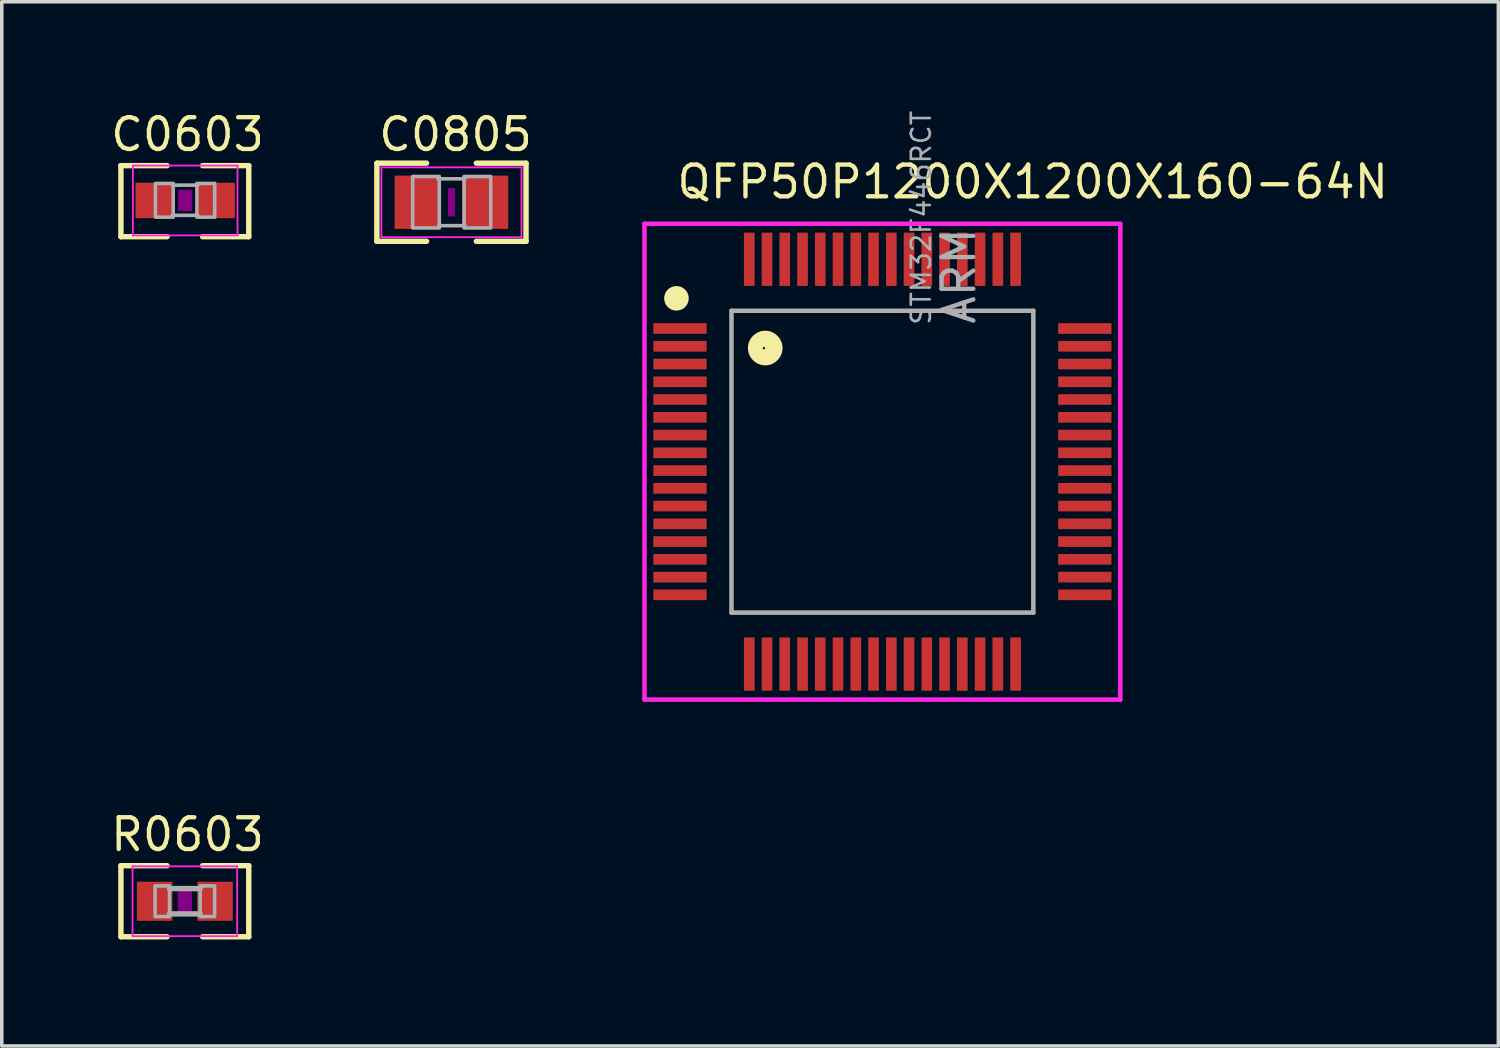
<source format=kicad_pcb>
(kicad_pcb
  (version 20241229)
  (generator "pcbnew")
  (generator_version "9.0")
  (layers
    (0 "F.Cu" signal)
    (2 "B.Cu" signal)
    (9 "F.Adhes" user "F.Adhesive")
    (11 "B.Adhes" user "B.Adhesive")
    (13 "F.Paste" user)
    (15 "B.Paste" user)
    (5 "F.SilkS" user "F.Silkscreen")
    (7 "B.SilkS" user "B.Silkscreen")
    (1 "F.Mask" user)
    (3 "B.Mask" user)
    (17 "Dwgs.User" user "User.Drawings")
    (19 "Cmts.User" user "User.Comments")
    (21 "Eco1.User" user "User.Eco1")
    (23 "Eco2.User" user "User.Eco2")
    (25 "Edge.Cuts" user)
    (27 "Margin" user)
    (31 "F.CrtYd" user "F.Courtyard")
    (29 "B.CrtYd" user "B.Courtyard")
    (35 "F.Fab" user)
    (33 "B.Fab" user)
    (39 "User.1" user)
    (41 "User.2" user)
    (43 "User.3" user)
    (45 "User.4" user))
  (footprint "C0805"
    (layer "F.Cu")
    (at 9.663 2.645)
    (property "Reference" "C0805" (at -2.115 -1.385 0) (layer "F.SilkS") (effects (font (size 0.894 0.894) (thickness 0.122)) (justify left bottom)))
    (fp_line (start -2.1 -1.1) (end -2.1 1.1) (stroke (width 0.152) (type solid)) (layer "F.SilkS"))
    (fp_line (start -2.1 1.1) (end -0.7 1.1) (stroke (width 0.152) (type solid)) (layer "F.SilkS"))
    (fp_line (start -0.7 -1.1) (end -2.1 -1.1) (stroke (width 0.152) (type solid)) (layer "F.SilkS"))
    (fp_line (start 0.7 1.1) (end 2.1 1.1) (stroke (width 0.152) (type solid)) (layer "F.SilkS"))
    (fp_line (start 2.1 -1.1) (end 0.7 -1.1) (stroke (width 0.152) (type solid)) (layer "F.SilkS"))
    (fp_line (start 2.1 1.1) (end 2.1 -1.1) (stroke (width 0.152) (type solid)) (layer "F.SilkS"))
    (fp_poly (pts (xy -0.1 0.4) (xy 0.1 0.4) (xy 0.1 -0.4) (xy -0.1 -0.4)) (stroke (width 0) (type default)) (fill yes) (layer "F.Adhes"))
    (fp_line (start -1.973 -0.983) (end 1.973 -0.983) (stroke (width 0.051) (type solid)) (layer "F.CrtYd"))
    (fp_line (start -1.973 0.983) (end -1.973 -0.983) (stroke (width 0.051) (type solid)) (layer "F.CrtYd"))
    (fp_line (start 1.973 -0.983) (end 1.973 0.983) (stroke (width 0.051) (type solid)) (layer "F.CrtYd"))
    (fp_line (start 1.973 0.983) (end -1.973 0.983) (stroke (width 0.051) (type solid)) (layer "F.CrtYd"))
    (fp_line (start -0.381 -0.66) (end 0.381 -0.66) (stroke (width 0.102) (type solid)) (layer "F.Fab"))
    (fp_line (start -0.356 0.66) (end 0.381 0.66) (stroke (width 0.102) (type solid)) (layer "F.Fab"))
    (fp_poly (pts (xy -1.092 0.724) (xy -0.342 0.724) (xy -0.342 -0.726) (xy -1.092 -0.726)) (stroke (width 0.1) (type default)) (fill no) (layer "F.Fab"))
    (fp_poly (pts (xy 0.356 0.724) (xy 1.106 0.724) (xy 1.106 -0.726) (xy 0.356 -0.726)) (stroke (width 0.1) (type default)) (fill no) (layer "F.Fab"))
    (pad "1" smd rect (at -0.95 0) (size 1.3 1.5) (layers "F.Cu" "F.Mask" "F.Paste"))
    (pad "2" smd rect (at 0.95 0) (size 1.3 1.5) (layers "F.Cu" "F.Mask" "F.Paste")))
  (footprint "C0603"
    (layer "F.Cu")
    (at 2.165 2.595)
    (property "Reference" "C0603" (at -2.165 -1.335 0) (layer "F.SilkS") (effects (font (size 0.894 0.894) (thickness 0.122)) (justify left bottom)))
    (fp_line (start -1.81 -0.98) (end -1.81 1.02) (stroke (width 0.152) (type solid)) (layer "F.SilkS"))
    (fp_line (start -1.81 -0.98) (end -0.51 -0.98) (stroke (width 0.152) (type solid)) (layer "F.SilkS"))
    (fp_line (start -1.81 1.02) (end -0.51 1.02) (stroke (width 0.152) (type solid)) (layer "F.SilkS"))
    (fp_line (start 1.79 -0.98) (end 0.49 -0.98) (stroke (width 0.152) (type solid)) (layer "F.SilkS"))
    (fp_line (start 1.79 1.02) (end 0.49 1.02) (stroke (width 0.152) (type solid)) (layer "F.SilkS"))
    (fp_line (start 1.79 1.02) (end 1.79 -0.98) (stroke (width 0.152) (type solid)) (layer "F.SilkS"))
    (fp_poly (pts (xy -0.2 0.3) (xy 0.2 0.3) (xy 0.2 -0.3) (xy -0.2 -0.3)) (stroke (width 0) (type default)) (fill yes) (layer "F.Adhes"))
    (fp_line (start -1.473 -0.983) (end 1.473 -0.983) (stroke (width 0.051) (type solid)) (layer "F.CrtYd"))
    (fp_line (start -1.473 0.983) (end -1.473 -0.983) (stroke (width 0.051) (type solid)) (layer "F.CrtYd"))
    (fp_line (start 1.473 -0.983) (end 1.473 0.983) (stroke (width 0.051) (type solid)) (layer "F.CrtYd"))
    (fp_line (start 1.473 0.983) (end -1.473 0.983) (stroke (width 0.051) (type solid)) (layer "F.CrtYd"))
    (fp_line (start -0.356 -0.432) (end 0.356 -0.432) (stroke (width 0.102) (type solid)) (layer "F.Fab"))
    (fp_line (start -0.356 0.419) (end 0.356 0.419) (stroke (width 0.102) (type solid)) (layer "F.Fab"))
    (fp_poly (pts (xy -0.838 0.47) (xy -0.338 0.47) (xy -0.338 -0.48) (xy -0.838 -0.48)) (stroke (width 0.1) (type default)) (fill no) (layer "F.Fab"))
    (fp_poly (pts (xy 0.33 0.47) (xy 0.83 0.47) (xy 0.83 -0.48) (xy 0.33 -0.48)) (stroke (width 0.1) (type default)) (fill no) (layer "F.Fab"))
    (pad "1" smd rect (at -0.85 0) (size 1.1 1) (layers "F.Cu" "F.Mask" "F.Paste"))
    (pad "2" smd rect (at 0.85 0) (size 1.1 1) (layers "F.Cu" "F.Mask" "F.Paste")))
  (footprint "R0603"
    (layer "F.Cu")
    (at 2.155 22.329)
    (property "Reference" "R0603" (at -2.155 -1.355 0) (layer "F.SilkS") (effects (font (size 0.894 0.894) (thickness 0.122)) (justify left bottom)))
    (fp_line (start -1.8 -1) (end -1.8 1) (stroke (width 0.152) (type solid)) (layer "F.SilkS"))
    (fp_line (start -1.8 -1) (end -0.5 -1) (stroke (width 0.152) (type solid)) (layer "F.SilkS"))
    (fp_line (start -1.8 1) (end -0.5 1) (stroke (width 0.152) (type solid)) (layer "F.SilkS"))
    (fp_line (start 1.8 -1) (end 0.5 -1) (stroke (width 0.152) (type solid)) (layer "F.SilkS"))
    (fp_line (start 1.8 1) (end 0.5 1) (stroke (width 0.152) (type solid)) (layer "F.SilkS"))
    (fp_line (start 1.8 1) (end 1.8 -1) (stroke (width 0.152) (type solid)) (layer "F.SilkS"))
    (fp_poly (pts (xy -0.2 0.4) (xy 0.2 0.4) (xy 0.2 -0.4) (xy -0.2 -0.4)) (stroke (width 0) (type default)) (fill yes) (layer "F.Adhes"))
    (fp_line (start -1.473 -0.983) (end 1.473 -0.983) (stroke (width 0.051) (type solid)) (layer "F.CrtYd"))
    (fp_line (start -1.473 0.983) (end -1.473 -0.983) (stroke (width 0.051) (type solid)) (layer "F.CrtYd"))
    (fp_line (start 1.473 -0.983) (end 1.473 0.983) (stroke (width 0.051) (type solid)) (layer "F.CrtYd"))
    (fp_line (start 1.473 0.983) (end -1.473 0.983) (stroke (width 0.051) (type solid)) (layer "F.CrtYd"))
    (fp_line (start -0.432 0.356) (end 0.432 0.356) (stroke (width 0.152) (type solid)) (layer "F.Fab"))
    (fp_line (start 0.432 -0.356) (end -0.432 -0.356) (stroke (width 0.152) (type solid)) (layer "F.Fab"))
    (fp_poly (pts (xy -0.838 0.432) (xy -0.432 0.432) (xy -0.432 -0.432) (xy -0.838 -0.432)) (stroke (width 0.1) (type default)) (fill no) (layer "F.Fab"))
    (fp_poly (pts (xy 0.432 0.432) (xy 0.838 0.432) (xy 0.838 -0.432) (xy 0.432 -0.432)) (stroke (width 0.1) (type default)) (fill no) (layer "F.Fab"))
    (pad "1" smd rect (at -0.85 0) (size 1 1.1) (layers "F.Cu" "F.Mask" "F.Paste"))
    (pad "2" smd rect (at 0.85 0) (size 1 1.1) (layers "F.Cu" "F.Mask" "F.Paste")))
  (footprint "QFP50P1200X1200X160-64N"
    (layer "F.Cu")
    (at 21.799 9.951)
    (property "Reference" "QFP50P1200X1200X160-64N" (at -5.852 -7.357 0) (layer "F.SilkS") (effects (font (size 0.894 0.894) (thickness 0.122)) (justify left bottom)))
    (fp_circle (center -5.9 -4.6) (end -5.8 -4.6) (stroke (width 0.127) (type solid)) (fill no) (layer "F.SilkS"))
    (fp_circle (center -5.8 -4.6) (end -5.7 -4.6) (stroke (width 0.127) (type solid)) (fill no) (layer "F.SilkS"))
    (fp_circle (center -5.8 -4.6) (end -5.659 -4.6) (stroke (width 0.127) (type solid)) (fill no) (layer "F.SilkS"))
    (fp_circle (center -5.8 -4.6) (end -5.659 -4.6) (stroke (width 0.127) (type solid)) (fill no) (layer "F.SilkS"))
    (fp_circle (center -5.8 -4.6) (end -5.576 -4.6) (stroke (width 0.127) (type solid)) (fill no) (layer "F.SilkS"))
    (fp_circle (center -5.8 -4.6) (end -5.517 -4.6) (stroke (width 0.127) (type solid)) (fill no) (layer "F.SilkS"))
    (fp_circle (center -3.365 -3.175) (end -3.302 -3.175) (stroke (width 0.127) (type solid)) (fill no) (layer "F.SilkS"))
    (fp_circle (center -3.333 -3.2) (end -3.232 -3.2) (stroke (width 0.127) (type solid)) (fill no) (layer "F.SilkS"))
    (fp_circle (center -3.3 -3.2) (end -3.159 -3.2) (stroke (width 0.127) (type solid)) (fill no) (layer "F.SilkS"))
    (fp_circle (center -3.3 -3.2) (end -3.076 -3.2) (stroke (width 0.127) (type solid)) (fill no) (layer "F.SilkS"))
    (fp_circle (center -3.3 -3.2) (end -3.017 -3.2) (stroke (width 0.127) (type solid)) (fill no) (layer "F.SilkS"))
    (fp_circle (center -3.3 -3.2) (end -2.939 -3.2) (stroke (width 0.127) (type solid)) (fill no) (layer "F.SilkS"))
    (fp_circle (center -3.3 -3.2) (end -2.876 -3.2) (stroke (width 0.127) (type solid)) (fill no) (layer "F.SilkS"))
    (fp_line (start -6.7 -6.7) (end 6.7 -6.7) (stroke (width 0.127) (type solid)) (layer "F.CrtYd"))
    (fp_line (start -6.7 6.7) (end -6.7 -6.7) (stroke (width 0.127) (type solid)) (layer "F.CrtYd"))
    (fp_line (start 6.7 -6.7) (end 6.7 6.7) (stroke (width 0.127) (type solid)) (layer "F.CrtYd"))
    (fp_line (start 6.7 6.7) (end -6.7 6.7) (stroke (width 0.127) (type solid)) (layer "F.CrtYd"))
    (fp_line (start -4.25 -4.25) (end 4.25 -4.25) (stroke (width 0.127) (type solid)) (layer "F.Fab"))
    (fp_line (start -4.25 4.25) (end -4.25 -4.25) (stroke (width 0.127) (type solid)) (layer "F.Fab"))
    (fp_line (start 4.25 -4.25) (end 4.25 4.25) (stroke (width 0.127) (type solid)) (layer "F.Fab"))
    (fp_line (start 4.25 4.25) (end -4.25 4.25) (stroke (width 0.127) (type solid)) (layer "F.Fab"))
    (fp_text user "STM32F446RCT" (at 1.405 -3.81 270) (layer "F.Fab") (effects (font (size 0.536 0.536) (thickness 0.073)) (justify left bottom)))
    (fp_text user "ARM" (at 2.675 -3.81 270) (layer "F.Fab") (effects (font (size 0.894 0.894) (thickness 0.122)) (justify left bottom)))
    (pad "1" smd rect (at -5.7 -3.75) (size 1.5 0.3) (layers "F.Cu" "F.Mask" "F.Paste"))
    (pad "2" smd rect (at -5.7 -3.25) (size 1.5 0.3) (layers "F.Cu" "F.Mask" "F.Paste"))
    (pad "3" smd rect (at -5.7 -2.75) (size 1.5 0.3) (layers "F.Cu" "F.Mask" "F.Paste"))
    (pad "4" smd rect (at -5.7 -2.25) (size 1.5 0.3) (layers "F.Cu" "F.Mask" "F.Paste"))
    (pad "5" smd rect (at -5.7 -1.75) (size 1.5 0.3) (layers "F.Cu" "F.Mask" "F.Paste"))
    (pad "6" smd rect (at -5.7 -1.25) (size 1.5 0.3) (layers "F.Cu" "F.Mask" "F.Paste"))
    (pad "7" smd rect (at -5.7 -0.75) (size 1.5 0.3) (layers "F.Cu" "F.Mask" "F.Paste"))
    (pad "8" smd rect (at -5.7 -0.25) (size 1.5 0.3) (layers "F.Cu" "F.Mask" "F.Paste"))
    (pad "9" smd rect (at -5.7 0.25) (size 1.5 0.3) (layers "F.Cu" "F.Mask" "F.Paste"))
    (pad "10" smd rect (at -5.7 0.75) (size 1.5 0.3) (layers "F.Cu" "F.Mask" "F.Paste"))
    (pad "11" smd rect (at -5.7 1.25) (size 1.5 0.3) (layers "F.Cu" "F.Mask" "F.Paste"))
    (pad "12" smd rect (at -5.7 1.75) (size 1.5 0.3) (layers "F.Cu" "F.Mask" "F.Paste"))
    (pad "13" smd rect (at -5.7 2.25) (size 1.5 0.3) (layers "F.Cu" "F.Mask" "F.Paste"))
    (pad "14" smd rect (at -5.7 2.75) (size 1.5 0.3) (layers "F.Cu" "F.Mask" "F.Paste"))
    (pad "15" smd rect (at -5.7 3.25) (size 1.5 0.3) (layers "F.Cu" "F.Mask" "F.Paste"))
    (pad "16" smd rect (at -5.7 3.75) (size 1.5 0.3) (layers "F.Cu" "F.Mask" "F.Paste"))
    (pad "17" smd rect (at -3.75 5.7 90) (size 1.5 0.3) (layers "F.Cu" "F.Mask" "F.Paste"))
    (pad "18" smd rect (at -3.25 5.7 90) (size 1.5 0.3) (layers "F.Cu" "F.Mask" "F.Paste"))
    (pad "19" smd rect (at -2.75 5.7 90) (size 1.5 0.3) (layers "F.Cu" "F.Mask" "F.Paste"))
    (pad "20" smd rect (at -2.25 5.7 90) (size 1.5 0.3) (layers "F.Cu" "F.Mask" "F.Paste"))
    (pad "21" smd rect (at -1.75 5.7 90) (size 1.5 0.3) (layers "F.Cu" "F.Mask" "F.Paste"))
    (pad "22" smd rect (at -1.25 5.7 90) (size 1.5 0.3) (layers "F.Cu" "F.Mask" "F.Paste"))
    (pad "23" smd rect (at -0.75 5.7 90) (size 1.5 0.3) (layers "F.Cu" "F.Mask" "F.Paste"))
    (pad "24" smd rect (at -0.25 5.7 90) (size 1.5 0.3) (layers "F.Cu" "F.Mask" "F.Paste"))
    (pad "25" smd rect (at 0.25 5.7 90) (size 1.5 0.3) (layers "F.Cu" "F.Mask" "F.Paste"))
    (pad "26" smd rect (at 0.75 5.7 90) (size 1.5 0.3) (layers "F.Cu" "F.Mask" "F.Paste"))
    (pad "27" smd rect (at 1.25 5.7 90) (size 1.5 0.3) (layers "F.Cu" "F.Mask" "F.Paste"))
    (pad "28" smd rect (at 1.75 5.7 90) (size 1.5 0.3) (layers "F.Cu" "F.Mask" "F.Paste"))
    (pad "29" smd rect (at 2.25 5.7 90) (size 1.5 0.3) (layers "F.Cu" "F.Mask" "F.Paste"))
    (pad "30" smd rect (at 2.75 5.7 90) (size 1.5 0.3) (layers "F.Cu" "F.Mask" "F.Paste"))
    (pad "31" smd rect (at 3.25 5.7 90) (size 1.5 0.3) (layers "F.Cu" "F.Mask" "F.Paste"))
    (pad "32" smd rect (at 3.75 5.7 90) (size 1.5 0.3) (layers "F.Cu" "F.Mask" "F.Paste"))
    (pad "33" smd rect (at 5.7 3.75 180) (size 1.5 0.3) (layers "F.Cu" "F.Mask" "F.Paste"))
    (pad "34" smd rect (at 5.7 3.25 180) (size 1.5 0.3) (layers "F.Cu" "F.Mask" "F.Paste"))
    (pad "35" smd rect (at 5.7 2.75 180) (size 1.5 0.3) (layers "F.Cu" "F.Mask" "F.Paste"))
    (pad "36" smd rect (at 5.7 2.25 180) (size 1.5 0.3) (layers "F.Cu" "F.Mask" "F.Paste"))
    (pad "37" smd rect (at 5.7 1.75 180) (size 1.5 0.3) (layers "F.Cu" "F.Mask" "F.Paste"))
    (pad "38" smd rect (at 5.7 1.25 180) (size 1.5 0.3) (layers "F.Cu" "F.Mask" "F.Paste"))
    (pad "39" smd rect (at 5.7 0.75 180) (size 1.5 0.3) (layers "F.Cu" "F.Mask" "F.Paste"))
    (pad "40" smd rect (at 5.7 0.25 180) (size 1.5 0.3) (layers "F.Cu" "F.Mask" "F.Paste"))
    (pad "41" smd rect (at 5.7 -0.25 180) (size 1.5 0.3) (layers "F.Cu" "F.Mask" "F.Paste"))
    (pad "42" smd rect (at 5.7 -0.75 180) (size 1.5 0.3) (layers "F.Cu" "F.Mask" "F.Paste"))
    (pad "43" smd rect (at 5.7 -1.25 180) (size 1.5 0.3) (layers "F.Cu" "F.Mask" "F.Paste"))
    (pad "44" smd rect (at 5.7 -1.75 180) (size 1.5 0.3) (layers "F.Cu" "F.Mask" "F.Paste"))
    (pad "45" smd rect (at 5.7 -2.25 180) (size 1.5 0.3) (layers "F.Cu" "F.Mask" "F.Paste"))
    (pad "46" smd rect (at 5.7 -2.75 180) (size 1.5 0.3) (layers "F.Cu" "F.Mask" "F.Paste"))
    (pad "47" smd rect (at 5.7 -3.25 180) (size 1.5 0.3) (layers "F.Cu" "F.Mask" "F.Paste"))
    (pad "48" smd rect (at 5.7 -3.75 180) (size 1.5 0.3) (layers "F.Cu" "F.Mask" "F.Paste"))
    (pad "49" smd rect (at 3.75 -5.7 270) (size 1.5 0.3) (layers "F.Cu" "F.Mask" "F.Paste"))
    (pad "50" smd rect (at 3.25 -5.7 270) (size 1.5 0.3) (layers "F.Cu" "F.Mask" "F.Paste"))
    (pad "51" smd rect (at 2.75 -5.7 270) (size 1.5 0.3) (layers "F.Cu" "F.Mask" "F.Paste"))
    (pad "52" smd rect (at 2.25 -5.7 270) (size 1.5 0.3) (layers "F.Cu" "F.Mask" "F.Paste"))
    (pad "53" smd rect (at 1.75 -5.7 270) (size 1.5 0.3) (layers "F.Cu" "F.Mask" "F.Paste"))
    (pad "54" smd rect (at 1.25 -5.7 270) (size 1.5 0.3) (layers "F.Cu" "F.Mask" "F.Paste"))
    (pad "55" smd rect (at 0.75 -5.7 270) (size 1.5 0.3) (layers "F.Cu" "F.Mask" "F.Paste"))
    (pad "56" smd rect (at 0.25 -5.7 270) (size 1.5 0.3) (layers "F.Cu" "F.Mask" "F.Paste"))
    (pad "57" smd rect (at -0.25 -5.7 270) (size 1.5 0.3) (layers "F.Cu" "F.Mask" "F.Paste"))
    (pad "58" smd rect (at -0.75 -5.7 270) (size 1.5 0.3) (layers "F.Cu" "F.Mask" "F.Paste"))
    (pad "59" smd rect (at -1.25 -5.7 270) (size 1.5 0.3) (layers "F.Cu" "F.Mask" "F.Paste"))
    (pad "60" smd rect (at -1.75 -5.7 270) (size 1.5 0.3) (layers "F.Cu" "F.Mask" "F.Paste"))
    (pad "61" smd rect (at -2.25 -5.7 270) (size 1.5 0.3) (layers "F.Cu" "F.Mask" "F.Paste"))
    (pad "62" smd rect (at -2.75 -5.7 270) (size 1.5 0.3) (layers "F.Cu" "F.Mask" "F.Paste"))
    (pad "63" smd rect (at -3.25 -5.7 270) (size 1.5 0.3) (layers "F.Cu" "F.Mask" "F.Paste"))
    (pad "64" smd rect (at -3.75 -5.7 270) (size 1.5 0.3) (layers "F.Cu" "F.Mask" "F.Paste")))
  (gr_rect
    (start -3 -3)
    (end 39.144 26.405)
    (stroke (width 0.1) (type default))
    (fill no)
    (layer "Edge.Cuts")))
</source>
